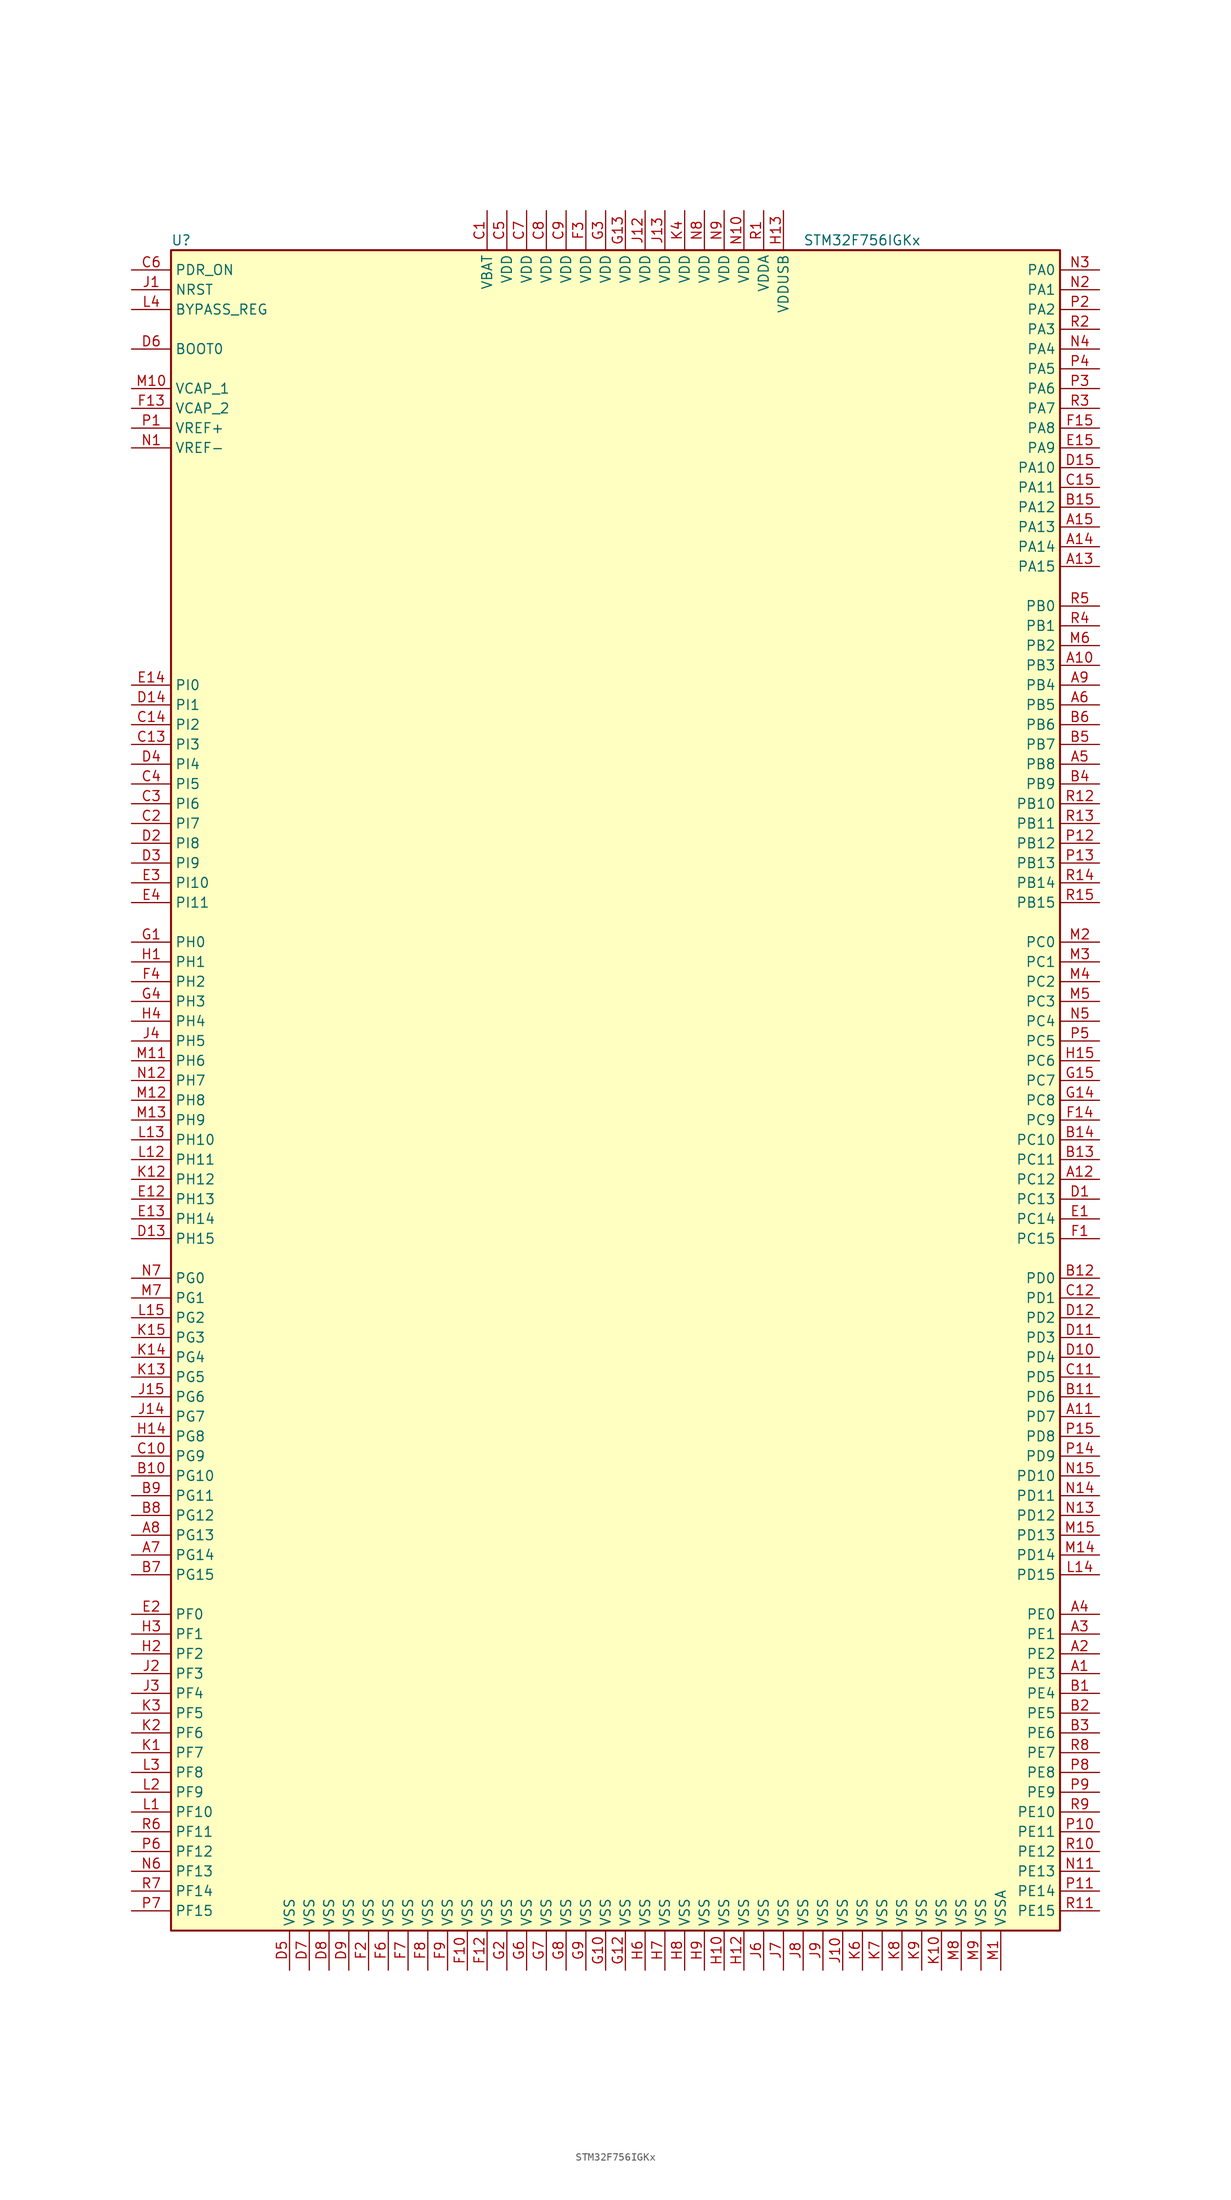
<source format=kicad_sym>
(kicad_symbol_lib
  (version 20201005)
  (generator kicad_symbol_editor)
  (symbol "STM32F756IGKx"
    (property "Reference" "U"
      (at -58.42 107.95 0)
      (effects (font (size 1.27 1.27)) (justify left)))
    (property "Value" "STM32F756IGKx"
      (at 22.86 107.95 0)
      (effects (font (size 1.27 1.27)) (justify left)))
    (symbol "STM32F756IGKx_0_1"
      (rectangle (start -58.42 -109.22) (end 55.88 106.68) (stroke (width 0.254)) (fill (type background))))
    (symbol "STM32F756IGKx_1_1"
      (pin bidirectional line (at 60.96 -76.2 180) (length 5.08) (name "PE3" (effects (font (size 1.27 1.27)))) (number "A1" (effects (font (size 1.27 1.27)))))
      (pin bidirectional line (at 60.96 53.34 180) (length 5.08) (name "PB3" (effects (font (size 1.27 1.27)))) (number "A10" (effects (font (size 1.27 1.27)))))
      (pin bidirectional line (at 60.96 -43.18 180) (length 5.08) (name "PD7" (effects (font (size 1.27 1.27)))) (number "A11" (effects (font (size 1.27 1.27)))))
      (pin bidirectional line (at 60.96 -12.7 180) (length 5.08) (name "PC12" (effects (font (size 1.27 1.27)))) (number "A12" (effects (font (size 1.27 1.27)))))
      (pin bidirectional line (at 60.96 66.04 180) (length 5.08) (name "PA15" (effects (font (size 1.27 1.27)))) (number "A13" (effects (font (size 1.27 1.27)))))
      (pin bidirectional line (at 60.96 68.58 180) (length 5.08) (name "PA14" (effects (font (size 1.27 1.27)))) (number "A14" (effects (font (size 1.27 1.27)))))
      (pin bidirectional line (at 60.96 71.12 180) (length 5.08) (name "PA13" (effects (font (size 1.27 1.27)))) (number "A15" (effects (font (size 1.27 1.27)))))
      (pin bidirectional line (at 60.96 -73.66 180) (length 5.08) (name "PE2" (effects (font (size 1.27 1.27)))) (number "A2" (effects (font (size 1.27 1.27)))))
      (pin bidirectional line (at 60.96 -71.12 180) (length 5.08) (name "PE1" (effects (font (size 1.27 1.27)))) (number "A3" (effects (font (size 1.27 1.27)))))
      (pin bidirectional line (at 60.96 -68.58 180) (length 5.08) (name "PE0" (effects (font (size 1.27 1.27)))) (number "A4" (effects (font (size 1.27 1.27)))))
      (pin bidirectional line (at 60.96 40.64 180) (length 5.08) (name "PB8" (effects (font (size 1.27 1.27)))) (number "A5" (effects (font (size 1.27 1.27)))))
      (pin bidirectional line (at 60.96 48.26 180) (length 5.08) (name "PB5" (effects (font (size 1.27 1.27)))) (number "A6" (effects (font (size 1.27 1.27)))))
      (pin bidirectional line (at -63.5 -60.96 0) (length 5.08) (name "PG14" (effects (font (size 1.27 1.27)))) (number "A7" (effects (font (size 1.27 1.27)))))
      (pin bidirectional line (at -63.5 -58.42 0) (length 5.08) (name "PG13" (effects (font (size 1.27 1.27)))) (number "A8" (effects (font (size 1.27 1.27)))))
      (pin bidirectional line (at 60.96 50.8 180) (length 5.08) (name "PB4" (effects (font (size 1.27 1.27)))) (number "A9" (effects (font (size 1.27 1.27)))))
      (pin bidirectional line (at 60.96 -78.74 180) (length 5.08) (name "PE4" (effects (font (size 1.27 1.27)))) (number "B1" (effects (font (size 1.27 1.27)))))
      (pin bidirectional line (at -63.5 -50.8 0) (length 5.08) (name "PG10" (effects (font (size 1.27 1.27)))) (number "B10" (effects (font (size 1.27 1.27)))))
      (pin bidirectional line (at 60.96 -40.64 180) (length 5.08) (name "PD6" (effects (font (size 1.27 1.27)))) (number "B11" (effects (font (size 1.27 1.27)))))
      (pin bidirectional line (at 60.96 -25.4 180) (length 5.08) (name "PD0" (effects (font (size 1.27 1.27)))) (number "B12" (effects (font (size 1.27 1.27)))))
      (pin bidirectional line (at 60.96 -10.16 180) (length 5.08) (name "PC11" (effects (font (size 1.27 1.27)))) (number "B13" (effects (font (size 1.27 1.27)))))
      (pin bidirectional line (at 60.96 -7.62 180) (length 5.08) (name "PC10" (effects (font (size 1.27 1.27)))) (number "B14" (effects (font (size 1.27 1.27)))))
      (pin bidirectional line (at 60.96 73.66 180) (length 5.08) (name "PA12" (effects (font (size 1.27 1.27)))) (number "B15" (effects (font (size 1.27 1.27)))))
      (pin bidirectional line (at 60.96 -81.28 180) (length 5.08) (name "PE5" (effects (font (size 1.27 1.27)))) (number "B2" (effects (font (size 1.27 1.27)))))
      (pin bidirectional line (at 60.96 -83.82 180) (length 5.08) (name "PE6" (effects (font (size 1.27 1.27)))) (number "B3" (effects (font (size 1.27 1.27)))))
      (pin bidirectional line (at 60.96 38.1 180) (length 5.08) (name "PB9" (effects (font (size 1.27 1.27)))) (number "B4" (effects (font (size 1.27 1.27)))))
      (pin bidirectional line (at 60.96 43.18 180) (length 5.08) (name "PB7" (effects (font (size 1.27 1.27)))) (number "B5" (effects (font (size 1.27 1.27)))))
      (pin bidirectional line (at 60.96 45.72 180) (length 5.08) (name "PB6" (effects (font (size 1.27 1.27)))) (number "B6" (effects (font (size 1.27 1.27)))))
      (pin bidirectional line (at -63.5 -63.5 0) (length 5.08) (name "PG15" (effects (font (size 1.27 1.27)))) (number "B7" (effects (font (size 1.27 1.27)))))
      (pin bidirectional line (at -63.5 -55.88 0) (length 5.08) (name "PG12" (effects (font (size 1.27 1.27)))) (number "B8" (effects (font (size 1.27 1.27)))))
      (pin bidirectional line (at -63.5 -53.34 0) (length 5.08) (name "PG11" (effects (font (size 1.27 1.27)))) (number "B9" (effects (font (size 1.27 1.27)))))
      (pin power_in line (at -17.78 111.76 270) (length 5.08) (name "VBAT" (effects (font (size 1.27 1.27)))) (number "C1" (effects (font (size 1.27 1.27)))))
      (pin bidirectional line (at -63.5 -48.26 0) (length 5.08) (name "PG9" (effects (font (size 1.27 1.27)))) (number "C10" (effects (font (size 1.27 1.27)))))
      (pin bidirectional line (at 60.96 -38.1 180) (length 5.08) (name "PD5" (effects (font (size 1.27 1.27)))) (number "C11" (effects (font (size 1.27 1.27)))))
      (pin bidirectional line (at 60.96 -27.94 180) (length 5.08) (name "PD1" (effects (font (size 1.27 1.27)))) (number "C12" (effects (font (size 1.27 1.27)))))
      (pin bidirectional line (at -63.5 43.18 0) (length 5.08) (name "PI3" (effects (font (size 1.27 1.27)))) (number "C13" (effects (font (size 1.27 1.27)))))
      (pin bidirectional line (at -63.5 45.72 0) (length 5.08) (name "PI2" (effects (font (size 1.27 1.27)))) (number "C14" (effects (font (size 1.27 1.27)))))
      (pin bidirectional line (at 60.96 76.2 180) (length 5.08) (name "PA11" (effects (font (size 1.27 1.27)))) (number "C15" (effects (font (size 1.27 1.27)))))
      (pin bidirectional line (at -63.5 33.02 0) (length 5.08) (name "PI7" (effects (font (size 1.27 1.27)))) (number "C2" (effects (font (size 1.27 1.27)))))
      (pin bidirectional line (at -63.5 35.56 0) (length 5.08) (name "PI6" (effects (font (size 1.27 1.27)))) (number "C3" (effects (font (size 1.27 1.27)))))
      (pin bidirectional line (at -63.5 38.1 0) (length 5.08) (name "PI5" (effects (font (size 1.27 1.27)))) (number "C4" (effects (font (size 1.27 1.27)))))
      (pin power_in line (at -15.24 111.76 270) (length 5.08) (name "VDD" (effects (font (size 1.27 1.27)))) (number "C5" (effects (font (size 1.27 1.27)))))
      (pin input line (at -63.5 104.14 0) (length 5.08) (name "PDR_ON" (effects (font (size 1.27 1.27)))) (number "C6" (effects (font (size 1.27 1.27)))))
      (pin power_in line (at -12.7 111.76 270) (length 5.08) (name "VDD" (effects (font (size 1.27 1.27)))) (number "C7" (effects (font (size 1.27 1.27)))))
      (pin power_in line (at -10.16 111.76 270) (length 5.08) (name "VDD" (effects (font (size 1.27 1.27)))) (number "C8" (effects (font (size 1.27 1.27)))))
      (pin power_in line (at -7.62 111.76 270) (length 5.08) (name "VDD" (effects (font (size 1.27 1.27)))) (number "C9" (effects (font (size 1.27 1.27)))))
      (pin bidirectional line (at 60.96 -15.24 180) (length 5.08) (name "PC13" (effects (font (size 1.27 1.27)))) (number "D1" (effects (font (size 1.27 1.27)))))
      (pin bidirectional line (at 60.96 -35.56 180) (length 5.08) (name "PD4" (effects (font (size 1.27 1.27)))) (number "D10" (effects (font (size 1.27 1.27)))))
      (pin bidirectional line (at 60.96 -33.02 180) (length 5.08) (name "PD3" (effects (font (size 1.27 1.27)))) (number "D11" (effects (font (size 1.27 1.27)))))
      (pin bidirectional line (at 60.96 -30.48 180) (length 5.08) (name "PD2" (effects (font (size 1.27 1.27)))) (number "D12" (effects (font (size 1.27 1.27)))))
      (pin bidirectional line (at -63.5 -20.32 0) (length 5.08) (name "PH15" (effects (font (size 1.27 1.27)))) (number "D13" (effects (font (size 1.27 1.27)))))
      (pin bidirectional line (at -63.5 48.26 0) (length 5.08) (name "PI1" (effects (font (size 1.27 1.27)))) (number "D14" (effects (font (size 1.27 1.27)))))
      (pin bidirectional line (at 60.96 78.74 180) (length 5.08) (name "PA10" (effects (font (size 1.27 1.27)))) (number "D15" (effects (font (size 1.27 1.27)))))
      (pin bidirectional line (at -63.5 30.48 0) (length 5.08) (name "PI8" (effects (font (size 1.27 1.27)))) (number "D2" (effects (font (size 1.27 1.27)))))
      (pin bidirectional line (at -63.5 27.94 0) (length 5.08) (name "PI9" (effects (font (size 1.27 1.27)))) (number "D3" (effects (font (size 1.27 1.27)))))
      (pin bidirectional line (at -63.5 40.64 0) (length 5.08) (name "PI4" (effects (font (size 1.27 1.27)))) (number "D4" (effects (font (size 1.27 1.27)))))
      (pin power_in line (at -43.18 -114.3 90) (length 5.08) (name "VSS" (effects (font (size 1.27 1.27)))) (number "D5" (effects (font (size 1.27 1.27)))))
      (pin input line (at -63.5 93.98 0) (length 5.08) (name "BOOT0" (effects (font (size 1.27 1.27)))) (number "D6" (effects (font (size 1.27 1.27)))))
      (pin power_in line (at -40.64 -114.3 90) (length 5.08) (name "VSS" (effects (font (size 1.27 1.27)))) (number "D7" (effects (font (size 1.27 1.27)))))
      (pin power_in line (at -38.1 -114.3 90) (length 5.08) (name "VSS" (effects (font (size 1.27 1.27)))) (number "D8" (effects (font (size 1.27 1.27)))))
      (pin power_in line (at -35.56 -114.3 90) (length 5.08) (name "VSS" (effects (font (size 1.27 1.27)))) (number "D9" (effects (font (size 1.27 1.27)))))
      (pin bidirectional line (at 60.96 -17.78 180) (length 5.08) (name "PC14" (effects (font (size 1.27 1.27)))) (number "E1" (effects (font (size 1.27 1.27)))))
      (pin bidirectional line (at -63.5 -15.24 0) (length 5.08) (name "PH13" (effects (font (size 1.27 1.27)))) (number "E12" (effects (font (size 1.27 1.27)))))
      (pin bidirectional line (at -63.5 -17.78 0) (length 5.08) (name "PH14" (effects (font (size 1.27 1.27)))) (number "E13" (effects (font (size 1.27 1.27)))))
      (pin bidirectional line (at -63.5 50.8 0) (length 5.08) (name "PI0" (effects (font (size 1.27 1.27)))) (number "E14" (effects (font (size 1.27 1.27)))))
      (pin bidirectional line (at 60.96 81.28 180) (length 5.08) (name "PA9" (effects (font (size 1.27 1.27)))) (number "E15" (effects (font (size 1.27 1.27)))))
      (pin bidirectional line (at -63.5 -68.58 0) (length 5.08) (name "PF0" (effects (font (size 1.27 1.27)))) (number "E2" (effects (font (size 1.27 1.27)))))
      (pin bidirectional line (at -63.5 25.4 0) (length 5.08) (name "PI10" (effects (font (size 1.27 1.27)))) (number "E3" (effects (font (size 1.27 1.27)))))
      (pin bidirectional line (at -63.5 22.86 0) (length 5.08) (name "PI11" (effects (font (size 1.27 1.27)))) (number "E4" (effects (font (size 1.27 1.27)))))
      (pin bidirectional line (at 60.96 -20.32 180) (length 5.08) (name "PC15" (effects (font (size 1.27 1.27)))) (number "F1" (effects (font (size 1.27 1.27)))))
      (pin power_in line (at -20.32 -114.3 90) (length 5.08) (name "VSS" (effects (font (size 1.27 1.27)))) (number "F10" (effects (font (size 1.27 1.27)))))
      (pin power_in line (at -17.78 -114.3 90) (length 5.08) (name "VSS" (effects (font (size 1.27 1.27)))) (number "F12" (effects (font (size 1.27 1.27)))))
      (pin power_in line (at -63.5 86.36 0) (length 5.08) (name "VCAP_2" (effects (font (size 1.27 1.27)))) (number "F13" (effects (font (size 1.27 1.27)))))
      (pin bidirectional line (at 60.96 -5.08 180) (length 5.08) (name "PC9" (effects (font (size 1.27 1.27)))) (number "F14" (effects (font (size 1.27 1.27)))))
      (pin bidirectional line (at 60.96 83.82 180) (length 5.08) (name "PA8" (effects (font (size 1.27 1.27)))) (number "F15" (effects (font (size 1.27 1.27)))))
      (pin power_in line (at -33.02 -114.3 90) (length 5.08) (name "VSS" (effects (font (size 1.27 1.27)))) (number "F2" (effects (font (size 1.27 1.27)))))
      (pin power_in line (at -5.08 111.76 270) (length 5.08) (name "VDD" (effects (font (size 1.27 1.27)))) (number "F3" (effects (font (size 1.27 1.27)))))
      (pin bidirectional line (at -63.5 12.7 0) (length 5.08) (name "PH2" (effects (font (size 1.27 1.27)))) (number "F4" (effects (font (size 1.27 1.27)))))
      (pin power_in line (at -30.48 -114.3 90) (length 5.08) (name "VSS" (effects (font (size 1.27 1.27)))) (number "F6" (effects (font (size 1.27 1.27)))))
      (pin power_in line (at -27.94 -114.3 90) (length 5.08) (name "VSS" (effects (font (size 1.27 1.27)))) (number "F7" (effects (font (size 1.27 1.27)))))
      (pin power_in line (at -25.4 -114.3 90) (length 5.08) (name "VSS" (effects (font (size 1.27 1.27)))) (number "F8" (effects (font (size 1.27 1.27)))))
      (pin power_in line (at -22.86 -114.3 90) (length 5.08) (name "VSS" (effects (font (size 1.27 1.27)))) (number "F9" (effects (font (size 1.27 1.27)))))
      (pin input line (at -63.5 17.78 0) (length 5.08) (name "PH0" (effects (font (size 1.27 1.27)))) (number "G1" (effects (font (size 1.27 1.27)))))
      (pin power_in line (at -2.54 -114.3 90) (length 5.08) (name "VSS" (effects (font (size 1.27 1.27)))) (number "G10" (effects (font (size 1.27 1.27)))))
      (pin power_in line (at 0 -114.3 90) (length 5.08) (name "VSS" (effects (font (size 1.27 1.27)))) (number "G12" (effects (font (size 1.27 1.27)))))
      (pin power_in line (at 0 111.76 270) (length 5.08) (name "VDD" (effects (font (size 1.27 1.27)))) (number "G13" (effects (font (size 1.27 1.27)))))
      (pin bidirectional line (at 60.96 -2.54 180) (length 5.08) (name "PC8" (effects (font (size 1.27 1.27)))) (number "G14" (effects (font (size 1.27 1.27)))))
      (pin bidirectional line (at 60.96 0 180) (length 5.08) (name "PC7" (effects (font (size 1.27 1.27)))) (number "G15" (effects (font (size 1.27 1.27)))))
      (pin power_in line (at -15.24 -114.3 90) (length 5.08) (name "VSS" (effects (font (size 1.27 1.27)))) (number "G2" (effects (font (size 1.27 1.27)))))
      (pin power_in line (at -2.54 111.76 270) (length 5.08) (name "VDD" (effects (font (size 1.27 1.27)))) (number "G3" (effects (font (size 1.27 1.27)))))
      (pin bidirectional line (at -63.5 10.16 0) (length 5.08) (name "PH3" (effects (font (size 1.27 1.27)))) (number "G4" (effects (font (size 1.27 1.27)))))
      (pin power_in line (at -12.7 -114.3 90) (length 5.08) (name "VSS" (effects (font (size 1.27 1.27)))) (number "G6" (effects (font (size 1.27 1.27)))))
      (pin power_in line (at -10.16 -114.3 90) (length 5.08) (name "VSS" (effects (font (size 1.27 1.27)))) (number "G7" (effects (font (size 1.27 1.27)))))
      (pin power_in line (at -7.62 -114.3 90) (length 5.08) (name "VSS" (effects (font (size 1.27 1.27)))) (number "G8" (effects (font (size 1.27 1.27)))))
      (pin power_in line (at -5.08 -114.3 90) (length 5.08) (name "VSS" (effects (font (size 1.27 1.27)))) (number "G9" (effects (font (size 1.27 1.27)))))
      (pin input line (at -63.5 15.24 0) (length 5.08) (name "PH1" (effects (font (size 1.27 1.27)))) (number "H1" (effects (font (size 1.27 1.27)))))
      (pin power_in line (at 12.7 -114.3 90) (length 5.08) (name "VSS" (effects (font (size 1.27 1.27)))) (number "H10" (effects (font (size 1.27 1.27)))))
      (pin power_in line (at 15.24 -114.3 90) (length 5.08) (name "VSS" (effects (font (size 1.27 1.27)))) (number "H12" (effects (font (size 1.27 1.27)))))
      (pin power_in line (at 20.32 111.76 270) (length 5.08) (name "VDDUSB" (effects (font (size 1.27 1.27)))) (number "H13" (effects (font (size 1.27 1.27)))))
      (pin bidirectional line (at -63.5 -45.72 0) (length 5.08) (name "PG8" (effects (font (size 1.27 1.27)))) (number "H14" (effects (font (size 1.27 1.27)))))
      (pin bidirectional line (at 60.96 2.54 180) (length 5.08) (name "PC6" (effects (font (size 1.27 1.27)))) (number "H15" (effects (font (size 1.27 1.27)))))
      (pin bidirectional line (at -63.5 -73.66 0) (length 5.08) (name "PF2" (effects (font (size 1.27 1.27)))) (number "H2" (effects (font (size 1.27 1.27)))))
      (pin bidirectional line (at -63.5 -71.12 0) (length 5.08) (name "PF1" (effects (font (size 1.27 1.27)))) (number "H3" (effects (font (size 1.27 1.27)))))
      (pin bidirectional line (at -63.5 7.62 0) (length 5.08) (name "PH4" (effects (font (size 1.27 1.27)))) (number "H4" (effects (font (size 1.27 1.27)))))
      (pin power_in line (at 2.54 -114.3 90) (length 5.08) (name "VSS" (effects (font (size 1.27 1.27)))) (number "H6" (effects (font (size 1.27 1.27)))))
      (pin power_in line (at 5.08 -114.3 90) (length 5.08) (name "VSS" (effects (font (size 1.27 1.27)))) (number "H7" (effects (font (size 1.27 1.27)))))
      (pin power_in line (at 7.62 -114.3 90) (length 5.08) (name "VSS" (effects (font (size 1.27 1.27)))) (number "H8" (effects (font (size 1.27 1.27)))))
      (pin power_in line (at 10.16 -114.3 90) (length 5.08) (name "VSS" (effects (font (size 1.27 1.27)))) (number "H9" (effects (font (size 1.27 1.27)))))
      (pin input line (at -63.5 101.6 0) (length 5.08) (name "NRST" (effects (font (size 1.27 1.27)))) (number "J1" (effects (font (size 1.27 1.27)))))
      (pin power_in line (at 27.94 -114.3 90) (length 5.08) (name "VSS" (effects (font (size 1.27 1.27)))) (number "J10" (effects (font (size 1.27 1.27)))))
      (pin power_in line (at 2.54 111.76 270) (length 5.08) (name "VDD" (effects (font (size 1.27 1.27)))) (number "J12" (effects (font (size 1.27 1.27)))))
      (pin power_in line (at 5.08 111.76 270) (length 5.08) (name "VDD" (effects (font (size 1.27 1.27)))) (number "J13" (effects (font (size 1.27 1.27)))))
      (pin bidirectional line (at -63.5 -43.18 0) (length 5.08) (name "PG7" (effects (font (size 1.27 1.27)))) (number "J14" (effects (font (size 1.27 1.27)))))
      (pin bidirectional line (at -63.5 -40.64 0) (length 5.08) (name "PG6" (effects (font (size 1.27 1.27)))) (number "J15" (effects (font (size 1.27 1.27)))))
      (pin bidirectional line (at -63.5 -76.2 0) (length 5.08) (name "PF3" (effects (font (size 1.27 1.27)))) (number "J2" (effects (font (size 1.27 1.27)))))
      (pin bidirectional line (at -63.5 -78.74 0) (length 5.08) (name "PF4" (effects (font (size 1.27 1.27)))) (number "J3" (effects (font (size 1.27 1.27)))))
      (pin bidirectional line (at -63.5 5.08 0) (length 5.08) (name "PH5" (effects (font (size 1.27 1.27)))) (number "J4" (effects (font (size 1.27 1.27)))))
      (pin power_in line (at 17.78 -114.3 90) (length 5.08) (name "VSS" (effects (font (size 1.27 1.27)))) (number "J6" (effects (font (size 1.27 1.27)))))
      (pin power_in line (at 20.32 -114.3 90) (length 5.08) (name "VSS" (effects (font (size 1.27 1.27)))) (number "J7" (effects (font (size 1.27 1.27)))))
      (pin power_in line (at 22.86 -114.3 90) (length 5.08) (name "VSS" (effects (font (size 1.27 1.27)))) (number "J8" (effects (font (size 1.27 1.27)))))
      (pin power_in line (at 25.4 -114.3 90) (length 5.08) (name "VSS" (effects (font (size 1.27 1.27)))) (number "J9" (effects (font (size 1.27 1.27)))))
      (pin bidirectional line (at -63.5 -86.36 0) (length 5.08) (name "PF7" (effects (font (size 1.27 1.27)))) (number "K1" (effects (font (size 1.27 1.27)))))
      (pin power_in line (at 40.64 -114.3 90) (length 5.08) (name "VSS" (effects (font (size 1.27 1.27)))) (number "K10" (effects (font (size 1.27 1.27)))))
      (pin bidirectional line (at -63.5 -12.7 0) (length 5.08) (name "PH12" (effects (font (size 1.27 1.27)))) (number "K12" (effects (font (size 1.27 1.27)))))
      (pin bidirectional line (at -63.5 -38.1 0) (length 5.08) (name "PG5" (effects (font (size 1.27 1.27)))) (number "K13" (effects (font (size 1.27 1.27)))))
      (pin bidirectional line (at -63.5 -35.56 0) (length 5.08) (name "PG4" (effects (font (size 1.27 1.27)))) (number "K14" (effects (font (size 1.27 1.27)))))
      (pin bidirectional line (at -63.5 -33.02 0) (length 5.08) (name "PG3" (effects (font (size 1.27 1.27)))) (number "K15" (effects (font (size 1.27 1.27)))))
      (pin bidirectional line (at -63.5 -83.82 0) (length 5.08) (name "PF6" (effects (font (size 1.27 1.27)))) (number "K2" (effects (font (size 1.27 1.27)))))
      (pin bidirectional line (at -63.5 -81.28 0) (length 5.08) (name "PF5" (effects (font (size 1.27 1.27)))) (number "K3" (effects (font (size 1.27 1.27)))))
      (pin power_in line (at 7.62 111.76 270) (length 5.08) (name "VDD" (effects (font (size 1.27 1.27)))) (number "K4" (effects (font (size 1.27 1.27)))))
      (pin power_in line (at 30.48 -114.3 90) (length 5.08) (name "VSS" (effects (font (size 1.27 1.27)))) (number "K6" (effects (font (size 1.27 1.27)))))
      (pin power_in line (at 33.02 -114.3 90) (length 5.08) (name "VSS" (effects (font (size 1.27 1.27)))) (number "K7" (effects (font (size 1.27 1.27)))))
      (pin power_in line (at 35.56 -114.3 90) (length 5.08) (name "VSS" (effects (font (size 1.27 1.27)))) (number "K8" (effects (font (size 1.27 1.27)))))
      (pin power_in line (at 38.1 -114.3 90) (length 5.08) (name "VSS" (effects (font (size 1.27 1.27)))) (number "K9" (effects (font (size 1.27 1.27)))))
      (pin bidirectional line (at -63.5 -93.98 0) (length 5.08) (name "PF10" (effects (font (size 1.27 1.27)))) (number "L1" (effects (font (size 1.27 1.27)))))
      (pin bidirectional line (at -63.5 -10.16 0) (length 5.08) (name "PH11" (effects (font (size 1.27 1.27)))) (number "L12" (effects (font (size 1.27 1.27)))))
      (pin bidirectional line (at -63.5 -7.62 0) (length 5.08) (name "PH10" (effects (font (size 1.27 1.27)))) (number "L13" (effects (font (size 1.27 1.27)))))
      (pin bidirectional line (at 60.96 -63.5 180) (length 5.08) (name "PD15" (effects (font (size 1.27 1.27)))) (number "L14" (effects (font (size 1.27 1.27)))))
      (pin bidirectional line (at -63.5 -30.48 0) (length 5.08) (name "PG2" (effects (font (size 1.27 1.27)))) (number "L15" (effects (font (size 1.27 1.27)))))
      (pin bidirectional line (at -63.5 -91.44 0) (length 5.08) (name "PF9" (effects (font (size 1.27 1.27)))) (number "L2" (effects (font (size 1.27 1.27)))))
      (pin bidirectional line (at -63.5 -88.9 0) (length 5.08) (name "PF8" (effects (font (size 1.27 1.27)))) (number "L3" (effects (font (size 1.27 1.27)))))
      (pin input line (at -63.5 99.06 0) (length 5.08) (name "BYPASS_REG" (effects (font (size 1.27 1.27)))) (number "L4" (effects (font (size 1.27 1.27)))))
      (pin power_in line (at 48.26 -114.3 90) (length 5.08) (name "VSSA" (effects (font (size 1.27 1.27)))) (number "M1" (effects (font (size 1.27 1.27)))))
      (pin power_in line (at -63.5 88.9 0) (length 5.08) (name "VCAP_1" (effects (font (size 1.27 1.27)))) (number "M10" (effects (font (size 1.27 1.27)))))
      (pin bidirectional line (at -63.5 2.54 0) (length 5.08) (name "PH6" (effects (font (size 1.27 1.27)))) (number "M11" (effects (font (size 1.27 1.27)))))
      (pin bidirectional line (at -63.5 -2.54 0) (length 5.08) (name "PH8" (effects (font (size 1.27 1.27)))) (number "M12" (effects (font (size 1.27 1.27)))))
      (pin bidirectional line (at -63.5 -5.08 0) (length 5.08) (name "PH9" (effects (font (size 1.27 1.27)))) (number "M13" (effects (font (size 1.27 1.27)))))
      (pin bidirectional line (at 60.96 -60.96 180) (length 5.08) (name "PD14" (effects (font (size 1.27 1.27)))) (number "M14" (effects (font (size 1.27 1.27)))))
      (pin bidirectional line (at 60.96 -58.42 180) (length 5.08) (name "PD13" (effects (font (size 1.27 1.27)))) (number "M15" (effects (font (size 1.27 1.27)))))
      (pin bidirectional line (at 60.96 17.78 180) (length 5.08) (name "PC0" (effects (font (size 1.27 1.27)))) (number "M2" (effects (font (size 1.27 1.27)))))
      (pin bidirectional line (at 60.96 15.24 180) (length 5.08) (name "PC1" (effects (font (size 1.27 1.27)))) (number "M3" (effects (font (size 1.27 1.27)))))
      (pin bidirectional line (at 60.96 12.7 180) (length 5.08) (name "PC2" (effects (font (size 1.27 1.27)))) (number "M4" (effects (font (size 1.27 1.27)))))
      (pin bidirectional line (at 60.96 10.16 180) (length 5.08) (name "PC3" (effects (font (size 1.27 1.27)))) (number "M5" (effects (font (size 1.27 1.27)))))
      (pin bidirectional line (at 60.96 55.88 180) (length 5.08) (name "PB2" (effects (font (size 1.27 1.27)))) (number "M6" (effects (font (size 1.27 1.27)))))
      (pin bidirectional line (at -63.5 -27.94 0) (length 5.08) (name "PG1" (effects (font (size 1.27 1.27)))) (number "M7" (effects (font (size 1.27 1.27)))))
      (pin power_in line (at 43.18 -114.3 90) (length 5.08) (name "VSS" (effects (font (size 1.27 1.27)))) (number "M8" (effects (font (size 1.27 1.27)))))
      (pin power_in line (at 45.72 -114.3 90) (length 5.08) (name "VSS" (effects (font (size 1.27 1.27)))) (number "M9" (effects (font (size 1.27 1.27)))))
      (pin power_in line (at -63.5 81.28 0) (length 5.08) (name "VREF-" (effects (font (size 1.27 1.27)))) (number "N1" (effects (font (size 1.27 1.27)))))
      (pin power_in line (at 15.24 111.76 270) (length 5.08) (name "VDD" (effects (font (size 1.27 1.27)))) (number "N10" (effects (font (size 1.27 1.27)))))
      (pin bidirectional line (at 60.96 -101.6 180) (length 5.08) (name "PE13" (effects (font (size 1.27 1.27)))) (number "N11" (effects (font (size 1.27 1.27)))))
      (pin bidirectional line (at -63.5 0 0) (length 5.08) (name "PH7" (effects (font (size 1.27 1.27)))) (number "N12" (effects (font (size 1.27 1.27)))))
      (pin bidirectional line (at 60.96 -55.88 180) (length 5.08) (name "PD12" (effects (font (size 1.27 1.27)))) (number "N13" (effects (font (size 1.27 1.27)))))
      (pin bidirectional line (at 60.96 -53.34 180) (length 5.08) (name "PD11" (effects (font (size 1.27 1.27)))) (number "N14" (effects (font (size 1.27 1.27)))))
      (pin bidirectional line (at 60.96 -50.8 180) (length 5.08) (name "PD10" (effects (font (size 1.27 1.27)))) (number "N15" (effects (font (size 1.27 1.27)))))
      (pin bidirectional line (at 60.96 101.6 180) (length 5.08) (name "PA1" (effects (font (size 1.27 1.27)))) (number "N2" (effects (font (size 1.27 1.27)))))
      (pin bidirectional line (at 60.96 104.14 180) (length 5.08) (name "PA0" (effects (font (size 1.27 1.27)))) (number "N3" (effects (font (size 1.27 1.27)))))
      (pin bidirectional line (at 60.96 93.98 180) (length 5.08) (name "PA4" (effects (font (size 1.27 1.27)))) (number "N4" (effects (font (size 1.27 1.27)))))
      (pin bidirectional line (at 60.96 7.62 180) (length 5.08) (name "PC4" (effects (font (size 1.27 1.27)))) (number "N5" (effects (font (size 1.27 1.27)))))
      (pin bidirectional line (at -63.5 -101.6 0) (length 5.08) (name "PF13" (effects (font (size 1.27 1.27)))) (number "N6" (effects (font (size 1.27 1.27)))))
      (pin bidirectional line (at -63.5 -25.4 0) (length 5.08) (name "PG0" (effects (font (size 1.27 1.27)))) (number "N7" (effects (font (size 1.27 1.27)))))
      (pin power_in line (at 10.16 111.76 270) (length 5.08) (name "VDD" (effects (font (size 1.27 1.27)))) (number "N8" (effects (font (size 1.27 1.27)))))
      (pin power_in line (at 12.7 111.76 270) (length 5.08) (name "VDD" (effects (font (size 1.27 1.27)))) (number "N9" (effects (font (size 1.27 1.27)))))
      (pin power_in line (at -63.5 83.82 0) (length 5.08) (name "VREF+" (effects (font (size 1.27 1.27)))) (number "P1" (effects (font (size 1.27 1.27)))))
      (pin bidirectional line (at 60.96 -96.52 180) (length 5.08) (name "PE11" (effects (font (size 1.27 1.27)))) (number "P10" (effects (font (size 1.27 1.27)))))
      (pin bidirectional line (at 60.96 -104.14 180) (length 5.08) (name "PE14" (effects (font (size 1.27 1.27)))) (number "P11" (effects (font (size 1.27 1.27)))))
      (pin bidirectional line (at 60.96 30.48 180) (length 5.08) (name "PB12" (effects (font (size 1.27 1.27)))) (number "P12" (effects (font (size 1.27 1.27)))))
      (pin bidirectional line (at 60.96 27.94 180) (length 5.08) (name "PB13" (effects (font (size 1.27 1.27)))) (number "P13" (effects (font (size 1.27 1.27)))))
      (pin bidirectional line (at 60.96 -48.26 180) (length 5.08) (name "PD9" (effects (font (size 1.27 1.27)))) (number "P14" (effects (font (size 1.27 1.27)))))
      (pin bidirectional line (at 60.96 -45.72 180) (length 5.08) (name "PD8" (effects (font (size 1.27 1.27)))) (number "P15" (effects (font (size 1.27 1.27)))))
      (pin bidirectional line (at 60.96 99.06 180) (length 5.08) (name "PA2" (effects (font (size 1.27 1.27)))) (number "P2" (effects (font (size 1.27 1.27)))))
      (pin bidirectional line (at 60.96 88.9 180) (length 5.08) (name "PA6" (effects (font (size 1.27 1.27)))) (number "P3" (effects (font (size 1.27 1.27)))))
      (pin bidirectional line (at 60.96 91.44 180) (length 5.08) (name "PA5" (effects (font (size 1.27 1.27)))) (number "P4" (effects (font (size 1.27 1.27)))))
      (pin bidirectional line (at 60.96 5.08 180) (length 5.08) (name "PC5" (effects (font (size 1.27 1.27)))) (number "P5" (effects (font (size 1.27 1.27)))))
      (pin bidirectional line (at -63.5 -99.06 0) (length 5.08) (name "PF12" (effects (font (size 1.27 1.27)))) (number "P6" (effects (font (size 1.27 1.27)))))
      (pin bidirectional line (at -63.5 -106.68 0) (length 5.08) (name "PF15" (effects (font (size 1.27 1.27)))) (number "P7" (effects (font (size 1.27 1.27)))))
      (pin bidirectional line (at 60.96 -88.9 180) (length 5.08) (name "PE8" (effects (font (size 1.27 1.27)))) (number "P8" (effects (font (size 1.27 1.27)))))
      (pin bidirectional line (at 60.96 -91.44 180) (length 5.08) (name "PE9" (effects (font (size 1.27 1.27)))) (number "P9" (effects (font (size 1.27 1.27)))))
      (pin power_in line (at 17.78 111.76 270) (length 5.08) (name "VDDA" (effects (font (size 1.27 1.27)))) (number "R1" (effects (font (size 1.27 1.27)))))
      (pin bidirectional line (at 60.96 -99.06 180) (length 5.08) (name "PE12" (effects (font (size 1.27 1.27)))) (number "R10" (effects (font (size 1.27 1.27)))))
      (pin bidirectional line (at 60.96 -106.68 180) (length 5.08) (name "PE15" (effects (font (size 1.27 1.27)))) (number "R11" (effects (font (size 1.27 1.27)))))
      (pin bidirectional line (at 60.96 35.56 180) (length 5.08) (name "PB10" (effects (font (size 1.27 1.27)))) (number "R12" (effects (font (size 1.27 1.27)))))
      (pin bidirectional line (at 60.96 33.02 180) (length 5.08) (name "PB11" (effects (font (size 1.27 1.27)))) (number "R13" (effects (font (size 1.27 1.27)))))
      (pin bidirectional line (at 60.96 25.4 180) (length 5.08) (name "PB14" (effects (font (size 1.27 1.27)))) (number "R14" (effects (font (size 1.27 1.27)))))
      (pin bidirectional line (at 60.96 22.86 180) (length 5.08) (name "PB15" (effects (font (size 1.27 1.27)))) (number "R15" (effects (font (size 1.27 1.27)))))
      (pin bidirectional line (at 60.96 96.52 180) (length 5.08) (name "PA3" (effects (font (size 1.27 1.27)))) (number "R2" (effects (font (size 1.27 1.27)))))
      (pin bidirectional line (at 60.96 86.36 180) (length 5.08) (name "PA7" (effects (font (size 1.27 1.27)))) (number "R3" (effects (font (size 1.27 1.27)))))
      (pin bidirectional line (at 60.96 58.42 180) (length 5.08) (name "PB1" (effects (font (size 1.27 1.27)))) (number "R4" (effects (font (size 1.27 1.27)))))
      (pin bidirectional line (at 60.96 60.96 180) (length 5.08) (name "PB0" (effects (font (size 1.27 1.27)))) (number "R5" (effects (font (size 1.27 1.27)))))
      (pin bidirectional line (at -63.5 -96.52 0) (length 5.08) (name "PF11" (effects (font (size 1.27 1.27)))) (number "R6" (effects (font (size 1.27 1.27)))))
      (pin bidirectional line (at -63.5 -104.14 0) (length 5.08) (name "PF14" (effects (font (size 1.27 1.27)))) (number "R7" (effects (font (size 1.27 1.27)))))
      (pin bidirectional line (at 60.96 -86.36 180) (length 5.08) (name "PE7" (effects (font (size 1.27 1.27)))) (number "R8" (effects (font (size 1.27 1.27)))))
      (pin bidirectional line (at 60.96 -93.98 180) (length 5.08) (name "PE10" (effects (font (size 1.27 1.27)))) (number "R9" (effects (font (size 1.27 1.27))))))))
</source>
